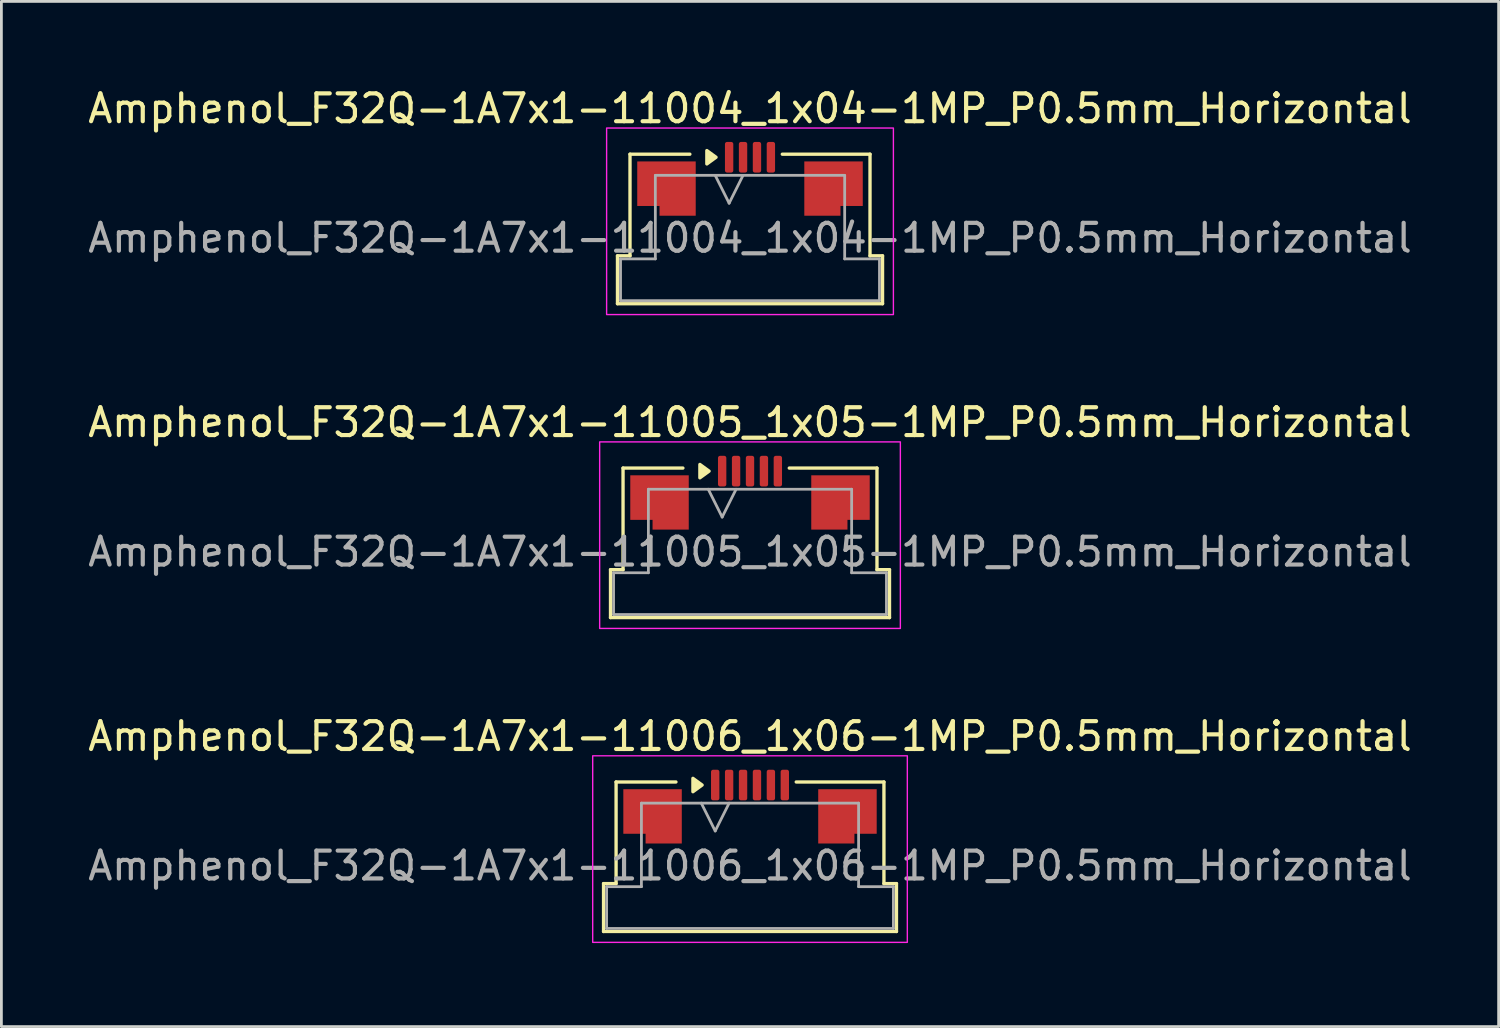
<source format=kicad_pcb>
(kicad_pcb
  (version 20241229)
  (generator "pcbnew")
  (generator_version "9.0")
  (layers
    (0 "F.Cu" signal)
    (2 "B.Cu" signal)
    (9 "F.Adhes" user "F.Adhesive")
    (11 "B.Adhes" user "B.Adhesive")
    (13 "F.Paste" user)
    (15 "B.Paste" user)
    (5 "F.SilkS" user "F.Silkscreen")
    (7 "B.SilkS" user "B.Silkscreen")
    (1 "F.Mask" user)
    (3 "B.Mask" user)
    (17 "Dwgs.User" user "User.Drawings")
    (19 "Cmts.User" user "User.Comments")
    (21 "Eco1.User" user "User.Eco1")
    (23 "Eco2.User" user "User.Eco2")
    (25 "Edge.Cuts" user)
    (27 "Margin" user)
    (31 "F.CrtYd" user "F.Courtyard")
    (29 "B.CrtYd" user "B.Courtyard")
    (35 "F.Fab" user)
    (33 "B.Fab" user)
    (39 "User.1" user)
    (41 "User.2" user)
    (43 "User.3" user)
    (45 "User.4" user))
  (footprint "Amphenol_F32Q-1A7x1-11005_1x05-1MP_P0.5mm_Horizontal"
    (layer "F.Cu")
    (at 23.887 16.771)
    (property "Reference" "Amphenol_F32Q-1A7x1-11005_1x05-1MP_P0.5mm_Horizontal" (at 0 -4.65 0) (layer "F.SilkS") (effects (font (size 1 1) (thickness 0.15))))
    (attr smd)
    (fp_line (start -5.01 0.64) (end -4.56 0.64) (stroke (width 0.12) (type solid)) (layer "F.SilkS"))
    (fp_line (start -5.01 2.36) (end -5.01 0.64) (stroke (width 0.12) (type solid)) (layer "F.SilkS"))
    (fp_line (start -4.56 -3.01) (end -2.41 -3.01) (stroke (width 0.12) (type solid)) (layer "F.SilkS"))
    (fp_line (start -4.56 0.64) (end -4.56 -3.01) (stroke (width 0.12) (type solid)) (layer "F.SilkS"))
    (fp_line (start 1.41 -3.01) (end 4.56 -3.01) (stroke (width 0.12) (type solid)) (layer "F.SilkS"))
    (fp_line (start 4.56 -3.01) (end 4.56 0.64) (stroke (width 0.12) (type solid)) (layer "F.SilkS"))
    (fp_line (start 4.56 0.64) (end 5.01 0.64) (stroke (width 0.12) (type solid)) (layer "F.SilkS"))
    (fp_line (start 5.01 0.64) (end 5.01 2.36) (stroke (width 0.12) (type solid)) (layer "F.SilkS"))
    (fp_line (start 5.01 2.36) (end -5.01 2.36) (stroke (width 0.12) (type solid)) (layer "F.SilkS"))
    (fp_poly (pts (xy -1.47 -2.9) (xy -1.8 -2.66) (xy -1.8 -3.14)) (stroke (width 0.12) (type solid)) (fill yes) (layer "F.SilkS"))
    (fp_rect (start -5.4 -3.95) (end 5.4 2.75) (stroke (width 0.05) (type solid)) (fill no) (layer "F.CrtYd"))
    (fp_line (start -4.9 0.75) (end -3.65 0.75) (stroke (width 0.1) (type solid)) (layer "F.Fab"))
    (fp_line (start -4.9 2.25) (end -4.9 0.75) (stroke (width 0.1) (type solid)) (layer "F.Fab"))
    (fp_line (start -3.65 -2.25) (end 3.65 -2.25) (stroke (width 0.1) (type solid)) (layer "F.Fab"))
    (fp_line (start -3.65 0.75) (end -3.65 -2.25) (stroke (width 0.1) (type solid)) (layer "F.Fab"))
    (fp_line (start -1.5 -2.25) (end -1 -1.25) (stroke (width 0.1) (type solid)) (layer "F.Fab"))
    (fp_line (start -1 -1.25) (end -0.5 -2.25) (stroke (width 0.1) (type solid)) (layer "F.Fab"))
    (fp_line (start 3.65 -2.25) (end 3.65 0.75) (stroke (width 0.1) (type solid)) (layer "F.Fab"))
    (fp_line (start 3.65 0.75) (end 4.9 0.75) (stroke (width 0.1) (type solid)) (layer "F.Fab"))
    (fp_line (start 4.9 0.75) (end 4.9 2.25) (stroke (width 0.1) (type solid)) (layer "F.Fab"))
    (fp_line (start 4.9 2.25) (end -4.9 2.25) (stroke (width 0.1) (type solid)) (layer "F.Fab"))
    (fp_text user "${REFERENCE}" (at 0 0 0) (layer "F.Fab") (effects (font (size 1 1) (thickness 0.15))))
    (pad "1" smd roundrect (at -1 -2.9) (size 0.3 1.1) (layers "F.Cu" "F.Mask" "F.Paste") (roundrect_rratio 0.25))
    (pad "2" smd roundrect (at -0.5 -2.9) (size 0.3 1.1) (layers "F.Cu" "F.Mask" "F.Paste") (roundrect_rratio 0.25))
    (pad "3" smd roundrect (at 0 -2.9) (size 0.3 1.1) (layers "F.Cu" "F.Mask" "F.Paste") (roundrect_rratio 0.25))
    (pad "4" smd roundrect (at 0.5 -2.9) (size 0.3 1.1) (layers "F.Cu" "F.Mask" "F.Paste") (roundrect_rratio 0.25))
    (pad "5" smd roundrect (at 1 -2.9) (size 0.3 1.1) (layers "F.Cu" "F.Mask" "F.Paste") (roundrect_rratio 0.25))
    (pad "MP" smd custom (at -3.25 -1.775) (size 1 1) (layers "F.Cu" "F.Mask" "F.Paste") (options (anchor circle)) (primitives (gr_poly (pts (xy 1.05 -0.975) (xy 1.05 0.975) (xy -0.25 0.975) (xy -0.25 0.625) (xy -1.05 0.625) (xy -1.05 -0.975)) (width 0) (fill yes))))
    (pad "MP" smd custom (at 3.25 -1.775) (size 1 1) (layers "F.Cu" "F.Mask" "F.Paste") (options (anchor circle)) (primitives (gr_poly (pts (xy -1.05 -0.975) (xy -1.05 0.975) (xy 0.25 0.975) (xy 0.25 0.625) (xy 1.05 0.625) (xy 1.05 -0.975)) (width 0) (fill yes)))))
  (footprint "Amphenol_F32Q-1A7x1-11006_1x06-1MP_P0.5mm_Horizontal"
    (layer "F.Cu")
    (at 23.887 28.045)
    (property "Reference" "Amphenol_F32Q-1A7x1-11006_1x06-1MP_P0.5mm_Horizontal" (at 0 -4.65 0) (layer "F.SilkS") (effects (font (size 1 1) (thickness 0.15))))
    (attr smd)
    (fp_line (start -5.26 0.64) (end -4.81 0.64) (stroke (width 0.12) (type solid)) (layer "F.SilkS"))
    (fp_line (start -5.26 2.36) (end -5.26 0.64) (stroke (width 0.12) (type solid)) (layer "F.SilkS"))
    (fp_line (start -4.81 -3.01) (end -2.66 -3.01) (stroke (width 0.12) (type solid)) (layer "F.SilkS"))
    (fp_line (start -4.81 0.64) (end -4.81 -3.01) (stroke (width 0.12) (type solid)) (layer "F.SilkS"))
    (fp_line (start 1.66 -3.01) (end 4.81 -3.01) (stroke (width 0.12) (type solid)) (layer "F.SilkS"))
    (fp_line (start 4.81 -3.01) (end 4.81 0.64) (stroke (width 0.12) (type solid)) (layer "F.SilkS"))
    (fp_line (start 4.81 0.64) (end 5.26 0.64) (stroke (width 0.12) (type solid)) (layer "F.SilkS"))
    (fp_line (start 5.26 0.64) (end 5.26 2.36) (stroke (width 0.12) (type solid)) (layer "F.SilkS"))
    (fp_line (start 5.26 2.36) (end -5.26 2.36) (stroke (width 0.12) (type solid)) (layer "F.SilkS"))
    (fp_poly (pts (xy -1.72 -2.9) (xy -2.05 -2.66) (xy -2.05 -3.14)) (stroke (width 0.12) (type solid)) (fill yes) (layer "F.SilkS"))
    (fp_rect (start -5.65 -3.95) (end 5.65 2.75) (stroke (width 0.05) (type solid)) (fill no) (layer "F.CrtYd"))
    (fp_line (start -5.15 0.75) (end -3.9 0.75) (stroke (width 0.1) (type solid)) (layer "F.Fab"))
    (fp_line (start -5.15 2.25) (end -5.15 0.75) (stroke (width 0.1) (type solid)) (layer "F.Fab"))
    (fp_line (start -3.9 -2.25) (end 3.9 -2.25) (stroke (width 0.1) (type solid)) (layer "F.Fab"))
    (fp_line (start -3.9 0.75) (end -3.9 -2.25) (stroke (width 0.1) (type solid)) (layer "F.Fab"))
    (fp_line (start -1.75 -2.25) (end -1.25 -1.25) (stroke (width 0.1) (type solid)) (layer "F.Fab"))
    (fp_line (start -1.25 -1.25) (end -0.75 -2.25) (stroke (width 0.1) (type solid)) (layer "F.Fab"))
    (fp_line (start 3.9 -2.25) (end 3.9 0.75) (stroke (width 0.1) (type solid)) (layer "F.Fab"))
    (fp_line (start 3.9 0.75) (end 5.15 0.75) (stroke (width 0.1) (type solid)) (layer "F.Fab"))
    (fp_line (start 5.15 0.75) (end 5.15 2.25) (stroke (width 0.1) (type solid)) (layer "F.Fab"))
    (fp_line (start 5.15 2.25) (end -5.15 2.25) (stroke (width 0.1) (type solid)) (layer "F.Fab"))
    (fp_text user "${REFERENCE}" (at 0 0 0) (layer "F.Fab") (effects (font (size 1 1) (thickness 0.15))))
    (pad "1" smd roundrect (at -1.25 -2.9) (size 0.3 1.1) (layers "F.Cu" "F.Mask" "F.Paste") (roundrect_rratio 0.25))
    (pad "2" smd roundrect (at -0.75 -2.9) (size 0.3 1.1) (layers "F.Cu" "F.Mask" "F.Paste") (roundrect_rratio 0.25))
    (pad "3" smd roundrect (at -0.25 -2.9) (size 0.3 1.1) (layers "F.Cu" "F.Mask" "F.Paste") (roundrect_rratio 0.25))
    (pad "4" smd roundrect (at 0.25 -2.9) (size 0.3 1.1) (layers "F.Cu" "F.Mask" "F.Paste") (roundrect_rratio 0.25))
    (pad "5" smd roundrect (at 0.75 -2.9) (size 0.3 1.1) (layers "F.Cu" "F.Mask" "F.Paste") (roundrect_rratio 0.25))
    (pad "6" smd roundrect (at 1.25 -2.9) (size 0.3 1.1) (layers "F.Cu" "F.Mask" "F.Paste") (roundrect_rratio 0.25))
    (pad "MP" smd custom (at -3.5 -1.775) (size 1 1) (layers "F.Cu" "F.Mask" "F.Paste") (options (anchor circle)) (primitives (gr_poly (pts (xy 1.05 -0.975) (xy 1.05 0.975) (xy -0.25 0.975) (xy -0.25 0.625) (xy -1.05 0.625) (xy -1.05 -0.975)) (width 0) (fill yes))))
    (pad "MP" smd custom (at 3.5 -1.775) (size 1 1) (layers "F.Cu" "F.Mask" "F.Paste") (options (anchor circle)) (primitives (gr_poly (pts (xy -1.05 -0.975) (xy -1.05 0.975) (xy 0.25 0.975) (xy 0.25 0.625) (xy 1.05 0.625) (xy 1.05 -0.975)) (width 0) (fill yes)))))
  (footprint "Amphenol_F32Q-1A7x1-11004_1x04-1MP_P0.5mm_Horizontal"
    (layer "F.Cu")
    (at 23.887 5.498)
    (property "Reference" "Amphenol_F32Q-1A7x1-11004_1x04-1MP_P0.5mm_Horizontal" (at 0 -4.65 0) (layer "F.SilkS") (effects (font (size 1 1) (thickness 0.15))))
    (attr smd)
    (fp_line (start -4.76 0.64) (end -4.31 0.64) (stroke (width 0.12) (type solid)) (layer "F.SilkS"))
    (fp_line (start -4.76 2.36) (end -4.76 0.64) (stroke (width 0.12) (type solid)) (layer "F.SilkS"))
    (fp_line (start -4.31 -3.01) (end -2.16 -3.01) (stroke (width 0.12) (type solid)) (layer "F.SilkS"))
    (fp_line (start -4.31 0.64) (end -4.31 -3.01) (stroke (width 0.12) (type solid)) (layer "F.SilkS"))
    (fp_line (start 1.16 -3.01) (end 4.31 -3.01) (stroke (width 0.12) (type solid)) (layer "F.SilkS"))
    (fp_line (start 4.31 -3.01) (end 4.31 0.64) (stroke (width 0.12) (type solid)) (layer "F.SilkS"))
    (fp_line (start 4.31 0.64) (end 4.76 0.64) (stroke (width 0.12) (type solid)) (layer "F.SilkS"))
    (fp_line (start 4.76 0.64) (end 4.76 2.36) (stroke (width 0.12) (type solid)) (layer "F.SilkS"))
    (fp_line (start 4.76 2.36) (end -4.76 2.36) (stroke (width 0.12) (type solid)) (layer "F.SilkS"))
    (fp_poly (pts (xy -1.22 -2.9) (xy -1.55 -2.66) (xy -1.55 -3.14)) (stroke (width 0.12) (type solid)) (fill yes) (layer "F.SilkS"))
    (fp_rect (start -5.15 -3.95) (end 5.15 2.75) (stroke (width 0.05) (type solid)) (fill no) (layer "F.CrtYd"))
    (fp_line (start -4.65 0.75) (end -3.4 0.75) (stroke (width 0.1) (type solid)) (layer "F.Fab"))
    (fp_line (start -4.65 2.25) (end -4.65 0.75) (stroke (width 0.1) (type solid)) (layer "F.Fab"))
    (fp_line (start -3.4 -2.25) (end 3.4 -2.25) (stroke (width 0.1) (type solid)) (layer "F.Fab"))
    (fp_line (start -3.4 0.75) (end -3.4 -2.25) (stroke (width 0.1) (type solid)) (layer "F.Fab"))
    (fp_line (start -1.25 -2.25) (end -0.75 -1.25) (stroke (width 0.1) (type solid)) (layer "F.Fab"))
    (fp_line (start -0.75 -1.25) (end -0.25 -2.25) (stroke (width 0.1) (type solid)) (layer "F.Fab"))
    (fp_line (start 3.4 -2.25) (end 3.4 0.75) (stroke (width 0.1) (type solid)) (layer "F.Fab"))
    (fp_line (start 3.4 0.75) (end 4.65 0.75) (stroke (width 0.1) (type solid)) (layer "F.Fab"))
    (fp_line (start 4.65 0.75) (end 4.65 2.25) (stroke (width 0.1) (type solid)) (layer "F.Fab"))
    (fp_line (start 4.65 2.25) (end -4.65 2.25) (stroke (width 0.1) (type solid)) (layer "F.Fab"))
    (fp_text user "${REFERENCE}" (at 0 0 0) (layer "F.Fab") (effects (font (size 1 1) (thickness 0.15))))
    (pad "1" smd roundrect (at -0.75 -2.9) (size 0.3 1.1) (layers "F.Cu" "F.Mask" "F.Paste") (roundrect_rratio 0.25))
    (pad "2" smd roundrect (at -0.25 -2.9) (size 0.3 1.1) (layers "F.Cu" "F.Mask" "F.Paste") (roundrect_rratio 0.25))
    (pad "3" smd roundrect (at 0.25 -2.9) (size 0.3 1.1) (layers "F.Cu" "F.Mask" "F.Paste") (roundrect_rratio 0.25))
    (pad "4" smd roundrect (at 0.75 -2.9) (size 0.3 1.1) (layers "F.Cu" "F.Mask" "F.Paste") (roundrect_rratio 0.25))
    (pad "MP" smd custom (at -3 -1.775) (size 1 1) (layers "F.Cu" "F.Mask" "F.Paste") (options (anchor circle)) (primitives (gr_poly (pts (xy 1.05 -0.975) (xy 1.05 0.975) (xy -0.25 0.975) (xy -0.25 0.625) (xy -1.05 0.625) (xy -1.05 -0.975)) (width 0) (fill yes))))
    (pad "MP" smd custom (at 3 -1.775) (size 1 1) (layers "F.Cu" "F.Mask" "F.Paste") (options (anchor circle)) (primitives (gr_poly (pts (xy -1.05 -0.975) (xy -1.05 0.975) (xy 0.25 0.975) (xy 0.25 0.625) (xy 1.05 0.625) (xy 1.05 -0.975)) (width 0) (fill yes)))))
  (gr_rect
    (start -3 -3)
    (end 50.774 33.82)
    (stroke (width 0.1) (type default))
    (fill no)
    (layer "Edge.Cuts")))
</source>
